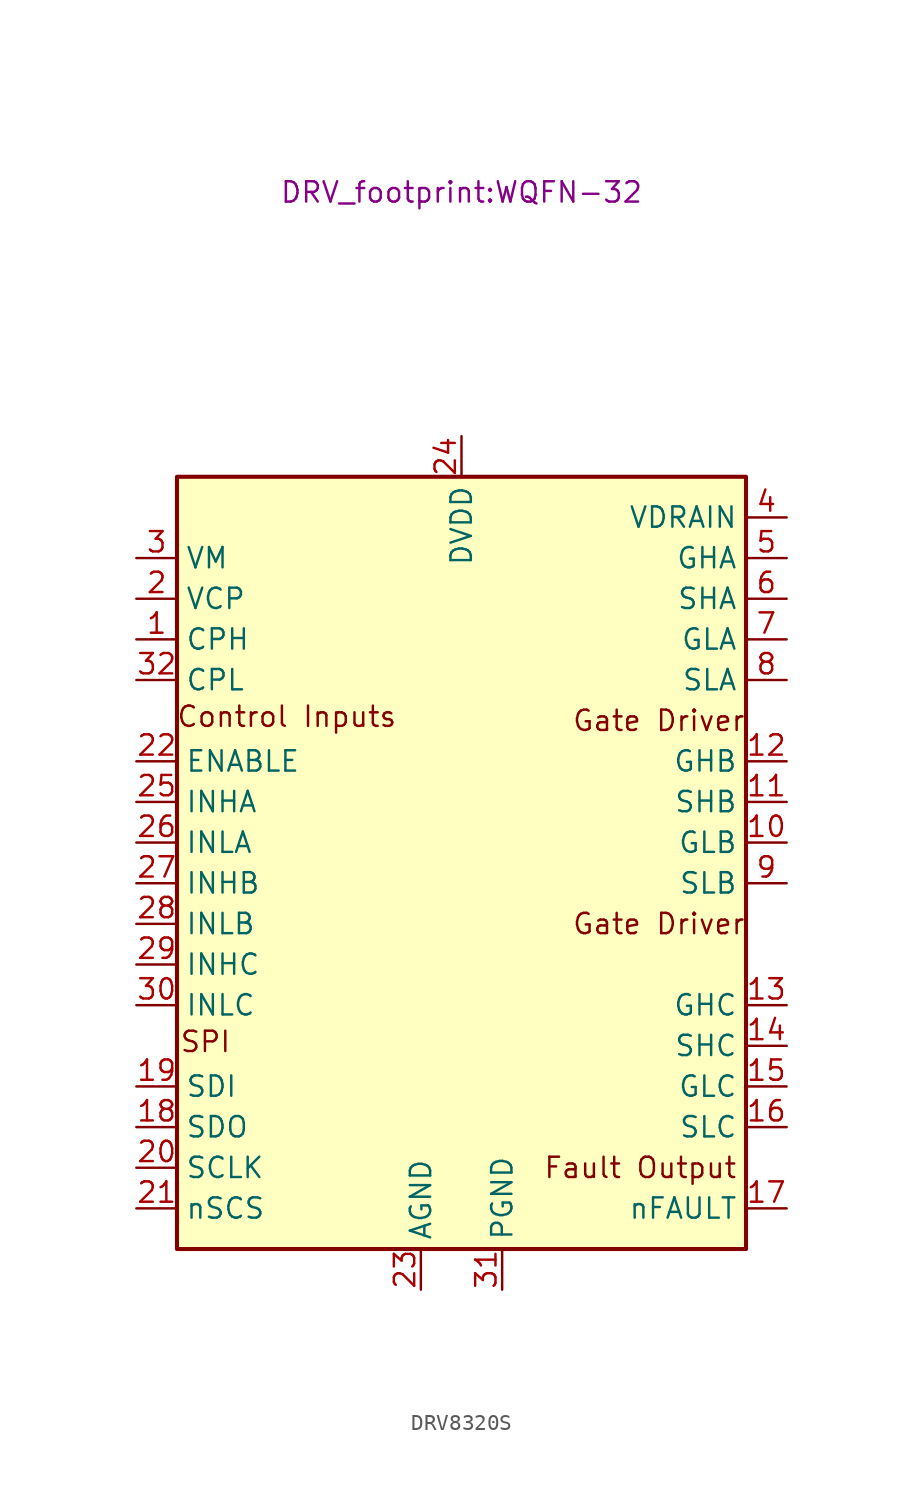
<source format=kicad_sym>
(kicad_symbol_lib
  (version 20231120)
  (generator "kicad_symbol_editor")
  (generator_version "8.0")
  (symbol "DRV8320S"
    (property "Reference" "U"
      (at 0 43.18 0)
      (effects (font (size 1.27 1.27)) (hide yes)))
    (property "Value" ""
      (at -20.32 -24.13 0)
      (effects (font (size 1.27 1.27))))
    (property "Footprint" "DRV_footprint:WQFN-32"
      (at 0 40.64 0)
      (effects (font (size 1.27 1.27))))
    (symbol "DRV8320S_0_1"
      (rectangle (start -17.78 22.86) (end 17.78 -25.4) (stroke (width 0.254) (type default)) (fill (type background))))
    (symbol "DRV8320S_1_0"
      (text "Control Inputs\n" (at -10.922 7.874 0) (effects (font (size 1.27 1.27))))
      (text "Fault Output\n" (at 11.176 -20.32 0) (effects (font (size 1.27 1.27))))
      (text "Gate Driver" (at 17.78 7.62 0) (effects (font (size 1.27 1.27)) (justify right)))
      (text "Gate Driver\n" (at 17.78 -5.08 0) (effects (font (size 1.27 1.27)) (justify right)))
      (text "SPI\n" (at -16.002 -12.446 0) (effects (font (size 1.27 1.27)))))
    (symbol "DRV8320S_1_1"
      (pin passive line (at -20.32 12.7 0) (length 2.54) (name "CPH" (effects (font (size 1.27 1.27)))) (number "1" (effects (font (size 1.27 1.27)))))
      (pin output line (at 20.32 0 180) (length 2.54) (name "GLB" (effects (font (size 1.27 1.27)))) (number "10" (effects (font (size 1.27 1.27)))))
      (pin output line (at 20.32 2.54 180) (length 2.54) (name "SHB" (effects (font (size 1.27 1.27)))) (number "11" (effects (font (size 1.27 1.27)))))
      (pin output line (at 20.32 5.08 180) (length 2.54) (name "GHB" (effects (font (size 1.27 1.27)))) (number "12" (effects (font (size 1.27 1.27)))))
      (pin output line (at 20.32 -10.16 180) (length 2.54) (name "GHC" (effects (font (size 1.27 1.27)))) (number "13" (effects (font (size 1.27 1.27)))))
      (pin output line (at 20.32 -12.7 180) (length 2.54) (name "SHC" (effects (font (size 1.27 1.27)))) (number "14" (effects (font (size 1.27 1.27)))))
      (pin output line (at 20.32 -15.24 180) (length 2.54) (name "GLC" (effects (font (size 1.27 1.27)))) (number "15" (effects (font (size 1.27 1.27)))))
      (pin passive line (at 20.32 -17.78 180) (length 2.54) (name "SLC" (effects (font (size 1.27 1.27)))) (number "16" (effects (font (size 1.27 1.27)))))
      (pin output line (at 20.32 -22.86 180) (length 2.54) (name "nFAULT" (effects (font (size 1.27 1.27)))) (number "17" (effects (font (size 1.27 1.27)))))
      (pin output line (at -20.32 -17.78 0) (length 2.54) (name "SDO" (effects (font (size 1.27 1.27)))) (number "18" (effects (font (size 1.27 1.27)))))
      (pin input line (at -20.32 -15.24 0) (length 2.54) (name "SDI" (effects (font (size 1.27 1.27)))) (number "19" (effects (font (size 1.27 1.27)))))
      (pin passive line (at -20.32 15.24 0) (length 2.54) (name "VCP" (effects (font (size 1.27 1.27)))) (number "2" (effects (font (size 1.27 1.27)))))
      (pin input line (at -20.32 -20.32 0) (length 2.54) (name "SCLK" (effects (font (size 1.27 1.27)))) (number "20" (effects (font (size 1.27 1.27)))))
      (pin input line (at -20.32 -22.86 0) (length 2.54) (name "nSCS" (effects (font (size 1.27 1.27)))) (number "21" (effects (font (size 1.27 1.27)))))
      (pin input line (at -20.32 5.08 0) (length 2.54) (name "ENABLE" (effects (font (size 1.27 1.27)))) (number "22" (effects (font (size 1.27 1.27)))))
      (pin power_in line (at -2.54 -27.94 90) (length 2.54) (name "AGND" (effects (font (size 1.27 1.27)))) (number "23" (effects (font (size 1.27 1.27)))))
      (pin power_out line (at 0 25.4 270) (length 2.54) (name "DVDD" (effects (font (size 1.27 1.27)))) (number "24" (effects (font (size 1.27 1.27)))))
      (pin input line (at -20.32 2.54 0) (length 2.54) (name "INHA" (effects (font (size 1.27 1.27)))) (number "25" (effects (font (size 1.27 1.27)))))
      (pin input line (at -20.32 0 0) (length 2.54) (name "INLA" (effects (font (size 1.27 1.27)))) (number "26" (effects (font (size 1.27 1.27)))))
      (pin input line (at -20.32 -2.54 0) (length 2.54) (name "INHB" (effects (font (size 1.27 1.27)))) (number "27" (effects (font (size 1.27 1.27)))))
      (pin input line (at -20.32 -5.08 0) (length 2.54) (name "INLB" (effects (font (size 1.27 1.27)))) (number "28" (effects (font (size 1.27 1.27)))))
      (pin input line (at -20.32 -7.62 0) (length 2.54) (name "INHC" (effects (font (size 1.27 1.27)))) (number "29" (effects (font (size 1.27 1.27)))))
      (pin power_in line (at -20.32 17.78 0) (length 2.54) (name "VM" (effects (font (size 1.27 1.27)))) (number "3" (effects (font (size 1.27 1.27)))))
      (pin input line (at -20.32 -10.16 0) (length 2.54) (name "INLC" (effects (font (size 1.27 1.27)))) (number "30" (effects (font (size 1.27 1.27)))))
      (pin power_in line (at 2.54 -27.94 90) (length 2.54) (name "PGND" (effects (font (size 1.27 1.27)))) (number "31" (effects (font (size 1.27 1.27)))))
      (pin passive line (at -20.32 10.16 0) (length 2.54) (name "CPL" (effects (font (size 1.27 1.27)))) (number "32" (effects (font (size 1.27 1.27)))))
      (pin passive line (at 20.32 20.32 180) (length 2.54) (name "VDRAIN" (effects (font (size 1.27 1.27)))) (number "4" (effects (font (size 1.27 1.27)))))
      (pin output line (at 20.32 17.78 180) (length 2.54) (name "GHA" (effects (font (size 1.27 1.27)))) (number "5" (effects (font (size 1.27 1.27)))))
      (pin output line (at 20.32 15.24 180) (length 2.54) (name "SHA" (effects (font (size 1.27 1.27)))) (number "6" (effects (font (size 1.27 1.27)))))
      (pin output line (at 20.32 12.7 180) (length 2.54) (name "GLA" (effects (font (size 1.27 1.27)))) (number "7" (effects (font (size 1.27 1.27)))))
      (pin passive line (at 20.32 10.16 180) (length 2.54) (name "SLA" (effects (font (size 1.27 1.27)))) (number "8" (effects (font (size 1.27 1.27)))))
      (pin passive line (at 20.32 -2.54 180) (length 2.54) (name "SLB" (effects (font (size 1.27 1.27)))) (number "9" (effects (font (size 1.27 1.27))))))))
</source>
